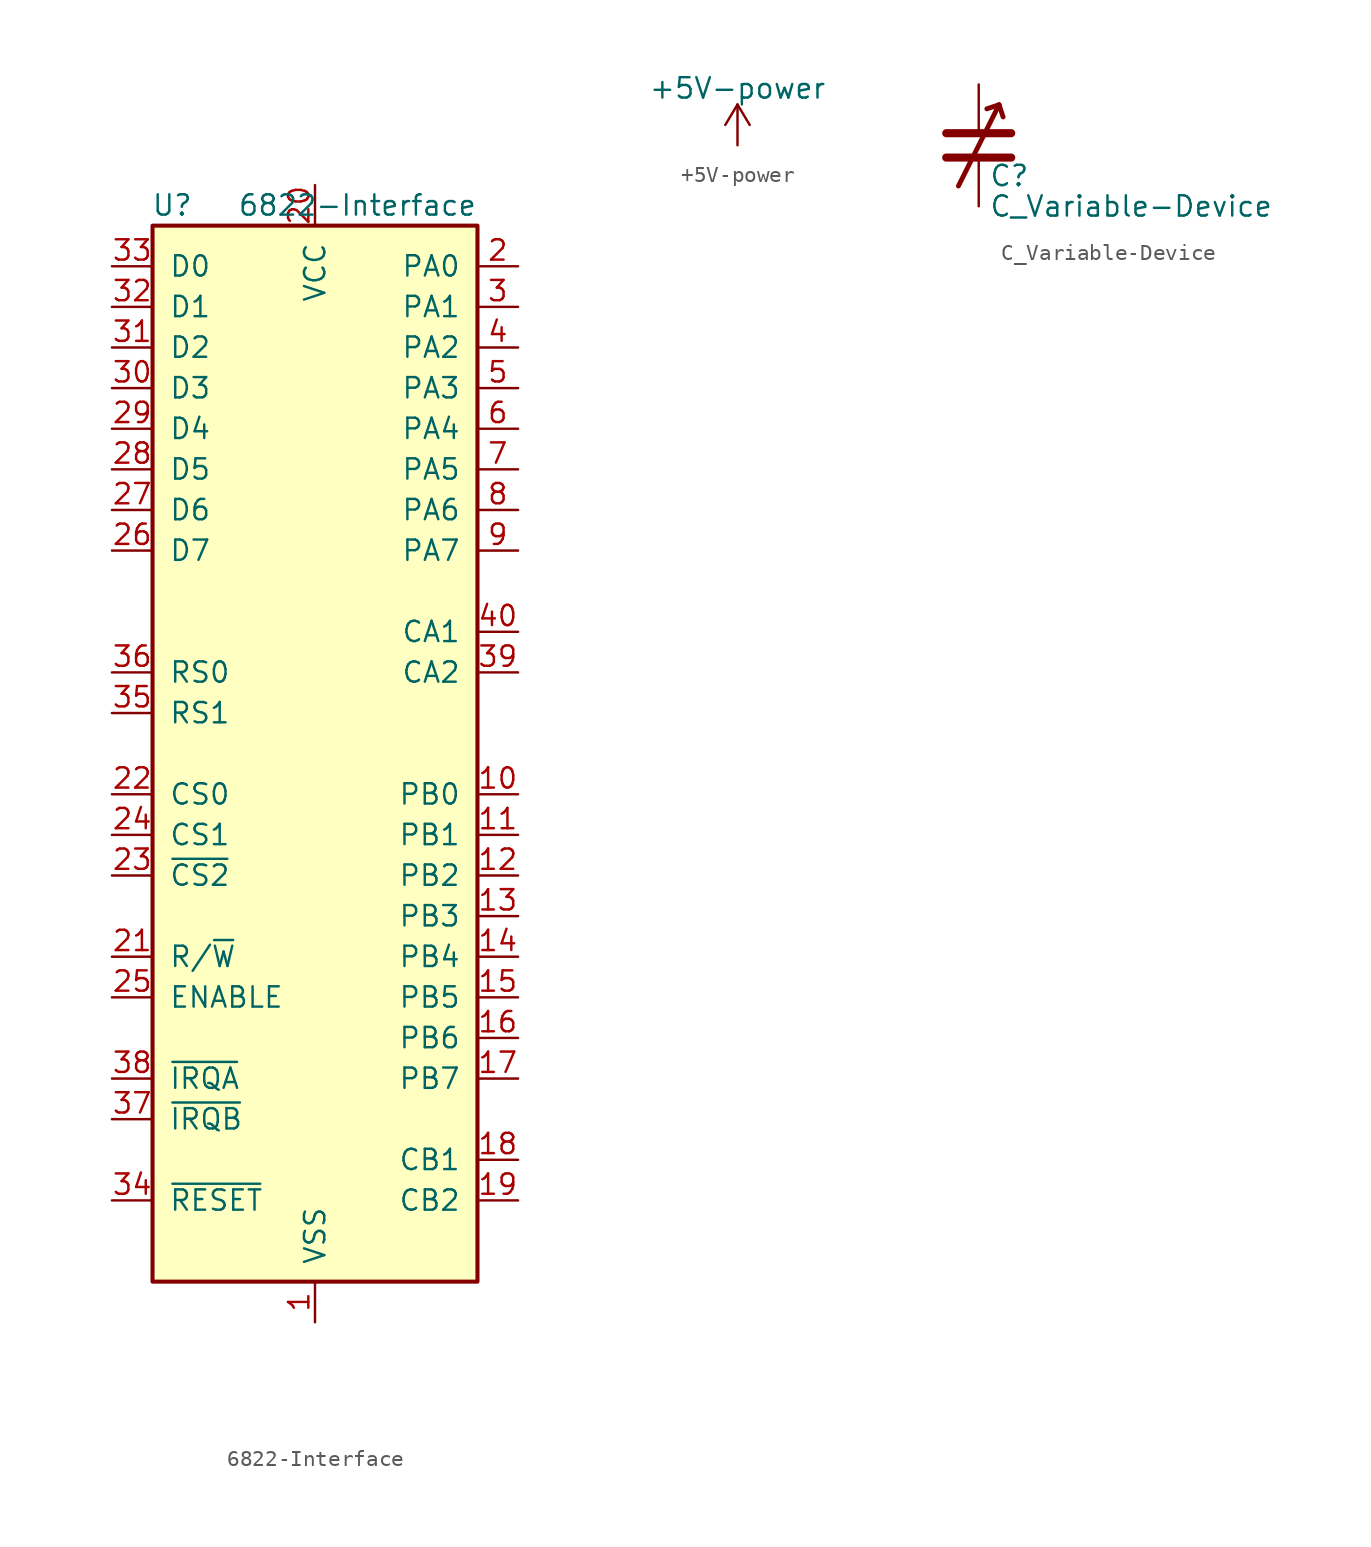
<source format=kicad_sym>
(kicad_symbol_lib
  (version 20211014)
  (generator kicad_symbol_editor)
  (symbol "6822-Interface"
    (pin_names
      (offset 1.016))
    (property "Reference" "U"
      (at -7.62 34.29 0)
      (effects (font (size 1.27 1.27)) (justify right)))
    (property "Value" "6822-Interface"
      (at 10.16 34.29 0)
      (effects (font (size 1.27 1.27)) (justify right)))
    (symbol "6822-Interface_0_1"
      (rectangle (start -10.16 -33.02) (end 10.16 33.02) (stroke (width 0.254) (type default) (color 0 0 0 0)) (fill (type background))))
    (symbol "6822-Interface_1_1"
      (pin power_in line (at 0 -35.56 90) (length 2.54) (name "VSS" (effects (font (size 1.27 1.27)))) (number "1" (effects (font (size 1.27 1.27)))))
      (pin bidirectional line (at 12.7 -2.54 180) (length 2.54) (name "PB0" (effects (font (size 1.27 1.27)))) (number "10" (effects (font (size 1.27 1.27)))))
      (pin bidirectional line (at 12.7 -5.08 180) (length 2.54) (name "PB1" (effects (font (size 1.27 1.27)))) (number "11" (effects (font (size 1.27 1.27)))))
      (pin bidirectional line (at 12.7 -7.62 180) (length 2.54) (name "PB2" (effects (font (size 1.27 1.27)))) (number "12" (effects (font (size 1.27 1.27)))))
      (pin bidirectional line (at 12.7 -10.16 180) (length 2.54) (name "PB3" (effects (font (size 1.27 1.27)))) (number "13" (effects (font (size 1.27 1.27)))))
      (pin bidirectional line (at 12.7 -12.7 180) (length 2.54) (name "PB4" (effects (font (size 1.27 1.27)))) (number "14" (effects (font (size 1.27 1.27)))))
      (pin bidirectional line (at 12.7 -15.24 180) (length 2.54) (name "PB5" (effects (font (size 1.27 1.27)))) (number "15" (effects (font (size 1.27 1.27)))))
      (pin bidirectional line (at 12.7 -17.78 180) (length 2.54) (name "PB6" (effects (font (size 1.27 1.27)))) (number "16" (effects (font (size 1.27 1.27)))))
      (pin bidirectional line (at 12.7 -20.32 180) (length 2.54) (name "PB7" (effects (font (size 1.27 1.27)))) (number "17" (effects (font (size 1.27 1.27)))))
      (pin input line (at 12.7 -25.4 180) (length 2.54) (name "CB1" (effects (font (size 1.27 1.27)))) (number "18" (effects (font (size 1.27 1.27)))))
      (pin bidirectional line (at 12.7 -27.94 180) (length 2.54) (name "CB2" (effects (font (size 1.27 1.27)))) (number "19" (effects (font (size 1.27 1.27)))))
      (pin bidirectional line (at 12.7 30.48 180) (length 2.54) (name "PA0" (effects (font (size 1.27 1.27)))) (number "2" (effects (font (size 1.27 1.27)))))
      (pin power_in line (at 0 35.56 270) (length 2.54) (name "VCC" (effects (font (size 1.27 1.27)))) (number "20" (effects (font (size 1.27 1.27)))))
      (pin input line (at -12.7 -12.7 0) (length 2.54) (name "R/~{W}" (effects (font (size 1.27 1.27)))) (number "21" (effects (font (size 1.27 1.27)))))
      (pin input line (at -12.7 -2.54 0) (length 2.54) (name "CS0" (effects (font (size 1.27 1.27)))) (number "22" (effects (font (size 1.27 1.27)))))
      (pin input line (at -12.7 -7.62 0) (length 2.54) (name "~{CS2}" (effects (font (size 1.27 1.27)))) (number "23" (effects (font (size 1.27 1.27)))))
      (pin input line (at -12.7 -5.08 0) (length 2.54) (name "CS1" (effects (font (size 1.27 1.27)))) (number "24" (effects (font (size 1.27 1.27)))))
      (pin input line (at -12.7 -15.24 0) (length 2.54) (name "ENABLE" (effects (font (size 1.27 1.27)))) (number "25" (effects (font (size 1.27 1.27)))))
      (pin bidirectional line (at -12.7 12.7 0) (length 2.54) (name "D7" (effects (font (size 1.27 1.27)))) (number "26" (effects (font (size 1.27 1.27)))))
      (pin bidirectional line (at -12.7 15.24 0) (length 2.54) (name "D6" (effects (font (size 1.27 1.27)))) (number "27" (effects (font (size 1.27 1.27)))))
      (pin bidirectional line (at -12.7 17.78 0) (length 2.54) (name "D5" (effects (font (size 1.27 1.27)))) (number "28" (effects (font (size 1.27 1.27)))))
      (pin bidirectional line (at -12.7 20.32 0) (length 2.54) (name "D4" (effects (font (size 1.27 1.27)))) (number "29" (effects (font (size 1.27 1.27)))))
      (pin bidirectional line (at 12.7 27.94 180) (length 2.54) (name "PA1" (effects (font (size 1.27 1.27)))) (number "3" (effects (font (size 1.27 1.27)))))
      (pin bidirectional line (at -12.7 22.86 0) (length 2.54) (name "D3" (effects (font (size 1.27 1.27)))) (number "30" (effects (font (size 1.27 1.27)))))
      (pin bidirectional line (at -12.7 25.4 0) (length 2.54) (name "D2" (effects (font (size 1.27 1.27)))) (number "31" (effects (font (size 1.27 1.27)))))
      (pin bidirectional line (at -12.7 27.94 0) (length 2.54) (name "D1" (effects (font (size 1.27 1.27)))) (number "32" (effects (font (size 1.27 1.27)))))
      (pin bidirectional line (at -12.7 30.48 0) (length 2.54) (name "D0" (effects (font (size 1.27 1.27)))) (number "33" (effects (font (size 1.27 1.27)))))
      (pin input line (at -12.7 -27.94 0) (length 2.54) (name "~{RESET}" (effects (font (size 1.27 1.27)))) (number "34" (effects (font (size 1.27 1.27)))))
      (pin input line (at -12.7 2.54 0) (length 2.54) (name "RS1" (effects (font (size 1.27 1.27)))) (number "35" (effects (font (size 1.27 1.27)))))
      (pin input line (at -12.7 5.08 0) (length 2.54) (name "RS0" (effects (font (size 1.27 1.27)))) (number "36" (effects (font (size 1.27 1.27)))))
      (pin open_collector line (at -12.7 -22.86 0) (length 2.54) (name "~{IRQB}" (effects (font (size 1.27 1.27)))) (number "37" (effects (font (size 1.27 1.27)))))
      (pin open_collector line (at -12.7 -20.32 0) (length 2.54) (name "~{IRQA}" (effects (font (size 1.27 1.27)))) (number "38" (effects (font (size 1.27 1.27)))))
      (pin bidirectional line (at 12.7 5.08 180) (length 2.54) (name "CA2" (effects (font (size 1.27 1.27)))) (number "39" (effects (font (size 1.27 1.27)))))
      (pin bidirectional line (at 12.7 25.4 180) (length 2.54) (name "PA2" (effects (font (size 1.27 1.27)))) (number "4" (effects (font (size 1.27 1.27)))))
      (pin input line (at 12.7 7.62 180) (length 2.54) (name "CA1" (effects (font (size 1.27 1.27)))) (number "40" (effects (font (size 1.27 1.27)))))
      (pin bidirectional line (at 12.7 22.86 180) (length 2.54) (name "PA3" (effects (font (size 1.27 1.27)))) (number "5" (effects (font (size 1.27 1.27)))))
      (pin bidirectional line (at 12.7 20.32 180) (length 2.54) (name "PA4" (effects (font (size 1.27 1.27)))) (number "6" (effects (font (size 1.27 1.27)))))
      (pin bidirectional line (at 12.7 17.78 180) (length 2.54) (name "PA5" (effects (font (size 1.27 1.27)))) (number "7" (effects (font (size 1.27 1.27)))))
      (pin bidirectional line (at 12.7 15.24 180) (length 2.54) (name "PA6" (effects (font (size 1.27 1.27)))) (number "8" (effects (font (size 1.27 1.27)))))
      (pin bidirectional line (at 12.7 12.7 180) (length 2.54) (name "PA7" (effects (font (size 1.27 1.27)))) (number "9" (effects (font (size 1.27 1.27)))))))
  (symbol "+5V-power"
    (power)
    (pin_names
      (offset 0))
    (property "Reference" "#PWR"
      (at 0 -3.81 0)
      (effects (font (size 1.27 1.27)) hide))
    (property "Value" "+5V-power"
      (at 0 3.556 0)
      (effects (font (size 1.27 1.27))))
    (symbol "+5V-power_0_1"
      (polyline (pts (xy -0.762 1.27) (xy 0 2.54)) (stroke (width 0) (type default) (color 0 0 0 0)) (fill (type none)))
      (polyline (pts (xy 0 0) (xy 0 2.54)) (stroke (width 0) (type default) (color 0 0 0 0)) (fill (type none)))
      (polyline (pts (xy 0 2.54) (xy 0.762 1.27)) (stroke (width 0) (type default) (color 0 0 0 0)) (fill (type none))))
    (symbol "+5V-power_1_1"
      (pin power_in line (at 0 0 90) (length 0) hide (name "+5V" (effects (font (size 1.27 1.27)))) (number "1" (effects (font (size 1.27 1.27)))))))
  (symbol "C_Variable-Device"
    (pin_numbers hide)
    (pin_names
      (offset 0.254) hide)
    (property "Reference" "C"
      (at 0.635 -1.905 0)
      (effects (font (size 1.27 1.27)) (justify left)))
    (property "Value" "C_Variable-Device"
      (at 0.635 -3.81 0)
      (effects (font (size 1.27 1.27)) (justify left)))
    (symbol "C_Variable-Device_0_1"
      (polyline (pts (xy -2.032 -0.762) (xy 2.032 -0.762)) (stroke (width 0.508) (type default) (color 0 0 0 0)) (fill (type none)))
      (polyline (pts (xy -2.032 0.762) (xy 2.032 0.762)) (stroke (width 0.508) (type default) (color 0 0 0 0)) (fill (type none)))
      (polyline (pts (xy 1.27 2.54) (xy -1.27 -2.54)) (stroke (width 0.305) (type default) (color 0 0 0 0)) (fill (type none)))
      (polyline (pts (xy 1.27 2.54) (xy 0.508 2.286)) (stroke (width 0.305) (type default) (color 0 0 0 0)) (fill (type none)))
      (polyline (pts (xy 1.27 2.54) (xy 1.524 1.778)) (stroke (width 0.305) (type default) (color 0 0 0 0)) (fill (type none))))
    (symbol "C_Variable-Device_1_1"
      (pin passive line (at 0 3.81 270) (length 3.048) (name "~" (effects (font (size 1.27 1.27)))) (number "1" (effects (font (size 1.27 1.27)))))
      (pin passive line (at 0 -3.81 90) (length 3.048) (name "~" (effects (font (size 1.27 1.27)))) (number "2" (effects (font (size 1.27 1.27))))))))
</source>
